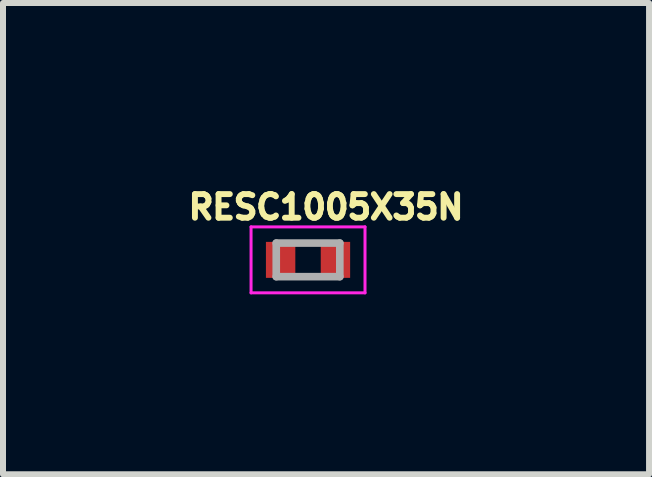
<source format=kicad_pcb>
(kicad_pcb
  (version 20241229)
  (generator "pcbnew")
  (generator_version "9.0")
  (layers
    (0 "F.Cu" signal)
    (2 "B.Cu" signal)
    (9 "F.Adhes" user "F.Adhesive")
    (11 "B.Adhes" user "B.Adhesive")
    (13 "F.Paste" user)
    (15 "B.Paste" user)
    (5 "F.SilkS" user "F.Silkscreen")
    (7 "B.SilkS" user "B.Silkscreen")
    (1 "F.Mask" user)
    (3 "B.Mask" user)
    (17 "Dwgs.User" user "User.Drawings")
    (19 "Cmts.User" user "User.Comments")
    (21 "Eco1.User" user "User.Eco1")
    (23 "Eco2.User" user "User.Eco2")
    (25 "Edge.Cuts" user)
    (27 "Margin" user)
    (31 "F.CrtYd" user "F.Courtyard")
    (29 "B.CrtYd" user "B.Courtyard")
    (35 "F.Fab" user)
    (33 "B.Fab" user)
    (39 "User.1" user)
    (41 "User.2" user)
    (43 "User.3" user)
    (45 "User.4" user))
  (footprint "RESC1005X35N"
    (layer "F.Cu")
    (at 2.086 1.283)
    (property "Reference" "RESC1005X35N" (at 0.3 -0.88 0) (layer "F.SilkS") (effects (font (size 0.394 0.394) (thickness 0.15))))
    (attr through_hole)
    (fp_line (start -0.95 -0.55) (end 0.95 -0.55) (stroke (width 0.05) (type solid)) (layer "F.CrtYd"))
    (fp_line (start -0.95 0.55) (end -0.95 -0.55) (stroke (width 0.05) (type solid)) (layer "F.CrtYd"))
    (fp_line (start -0.95 0.55) (end 0.95 0.55) (stroke (width 0.05) (type solid)) (layer "F.CrtYd"))
    (fp_line (start 0.95 0.55) (end 0.95 -0.55) (stroke (width 0.05) (type solid)) (layer "F.CrtYd"))
    (fp_line (start -0.53 0.28) (end -0.53 -0.28) (stroke (width 0.127) (type solid)) (layer "F.Fab"))
    (fp_line (start 0.53 -0.28) (end -0.53 -0.28) (stroke (width 0.127) (type solid)) (layer "F.Fab"))
    (fp_line (start 0.53 0.28) (end -0.53 0.28) (stroke (width 0.127) (type solid)) (layer "F.Fab"))
    (fp_line (start 0.53 0.28) (end 0.53 -0.28) (stroke (width 0.127) (type solid)) (layer "F.Fab"))
    (pad "1" smd rect (at -0.457 0) (size 0.49 0.6) (layers "F.Cu" "F.Mask" "F.Paste"))
    (pad "2" smd rect (at 0.457 0) (size 0.49 0.6) (layers "F.Cu" "F.Mask" "F.Paste")))
  (gr_rect
    (start -3 -3)
    (end 7.772 4.858)
    (stroke (width 0.1) (type default))
    (fill no)
    (layer "Edge.Cuts")))
</source>
